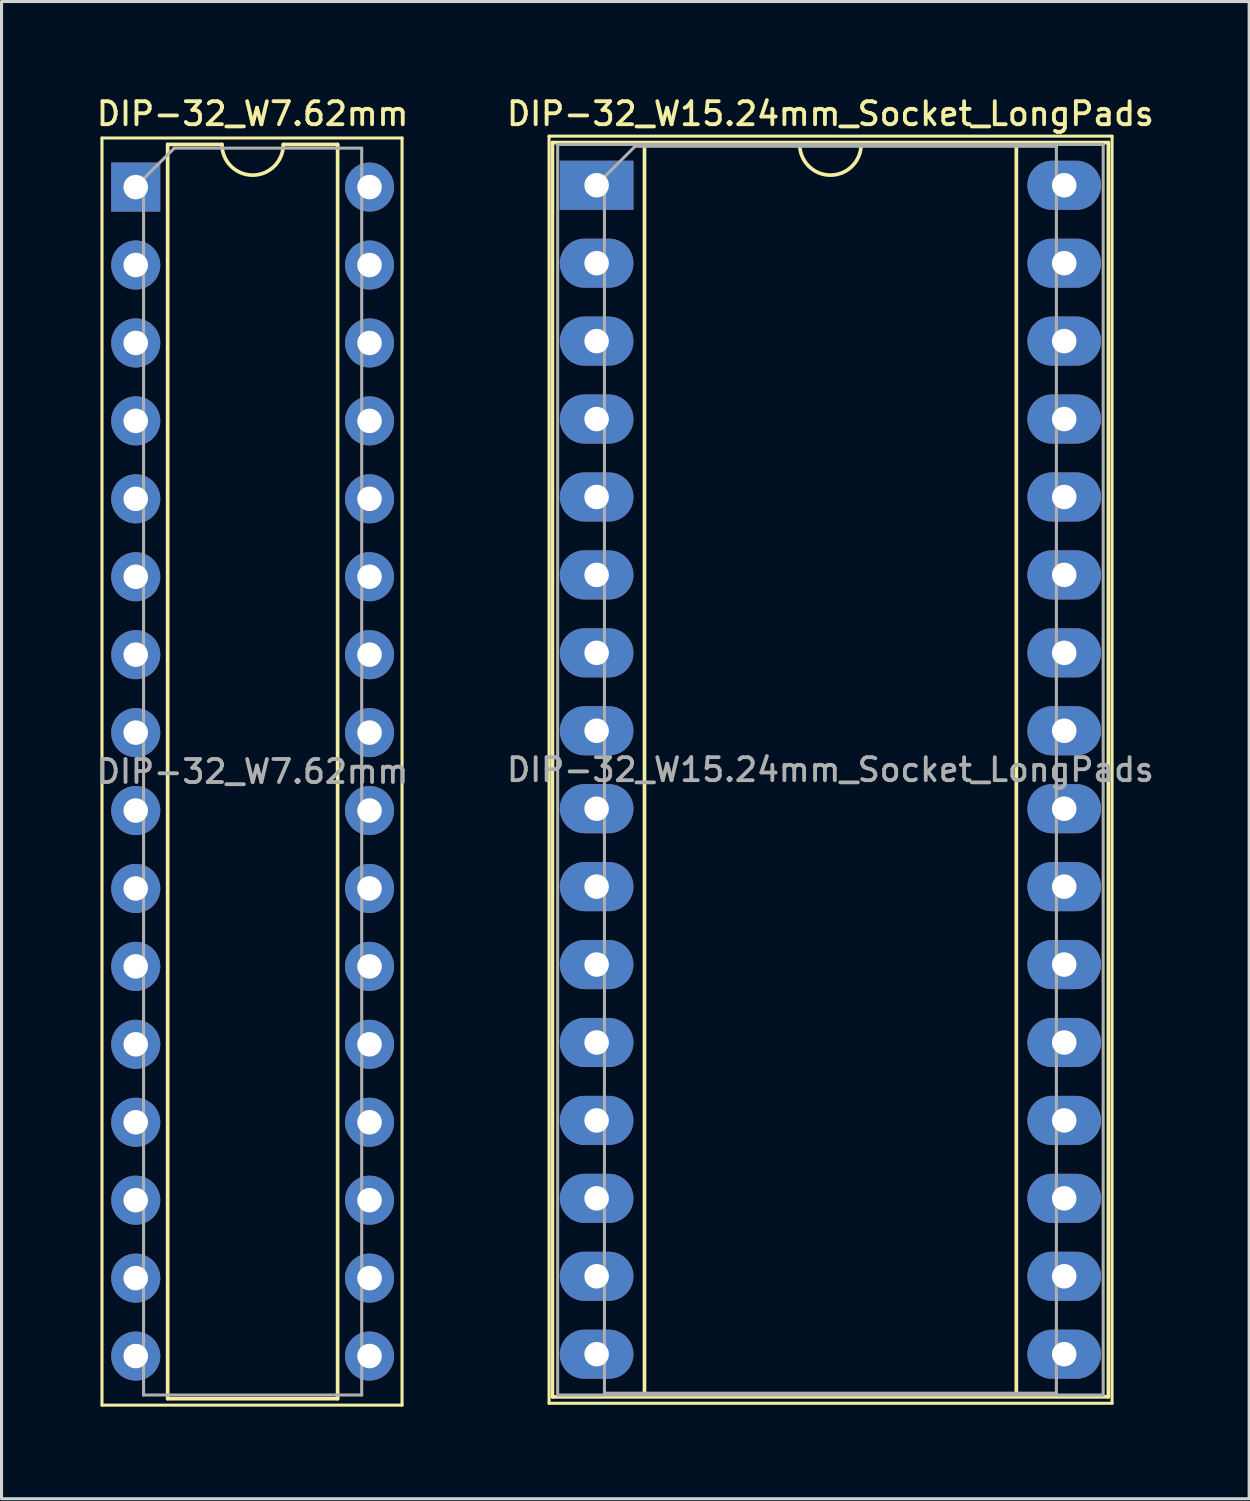
<source format=kicad_pcb>
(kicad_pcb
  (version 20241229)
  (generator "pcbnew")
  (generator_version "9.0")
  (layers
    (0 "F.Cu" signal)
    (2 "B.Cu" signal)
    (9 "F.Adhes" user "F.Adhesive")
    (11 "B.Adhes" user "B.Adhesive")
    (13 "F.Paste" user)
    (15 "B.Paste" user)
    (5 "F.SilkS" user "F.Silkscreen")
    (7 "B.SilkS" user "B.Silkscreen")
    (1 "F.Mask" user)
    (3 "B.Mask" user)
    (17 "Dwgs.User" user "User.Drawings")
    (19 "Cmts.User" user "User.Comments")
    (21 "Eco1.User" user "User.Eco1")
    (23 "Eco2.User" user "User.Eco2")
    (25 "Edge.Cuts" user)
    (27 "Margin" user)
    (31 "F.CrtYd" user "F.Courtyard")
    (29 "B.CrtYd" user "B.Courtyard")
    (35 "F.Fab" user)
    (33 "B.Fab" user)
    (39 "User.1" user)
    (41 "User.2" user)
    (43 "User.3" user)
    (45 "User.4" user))
  (footprint "DIP-32_W15.24mm_Socket_LongPads"
    (layer "F.Cu")
    (at 16.396 2.988)
    (property "Reference" "DIP-32_W15.24mm_Socket_LongPads" (at 7.62 -2.33 0) (layer "F.SilkS") (effects (font (size 0.75 0.75) (thickness 0.125))))
    (attr through_hole)
    (fp_line (start -1.55 -1.6) (end -1.55 39.7) (stroke (width 0.1) (type solid)) (layer "F.SilkS"))
    (fp_line (start -1.55 39.7) (end 16.8 39.7) (stroke (width 0.1) (type solid)) (layer "F.SilkS"))
    (fp_line (start -1.44 -1.39) (end -1.44 39.49) (stroke (width 0.12) (type solid)) (layer "F.SilkS"))
    (fp_line (start -1.44 39.49) (end 16.68 39.49) (stroke (width 0.12) (type solid)) (layer "F.SilkS"))
    (fp_line (start 1.56 -1.33) (end 1.56 39.43) (stroke (width 0.12) (type solid)) (layer "F.SilkS"))
    (fp_line (start 1.56 39.43) (end 13.68 39.43) (stroke (width 0.12) (type solid)) (layer "F.SilkS"))
    (fp_line (start 6.62 -1.33) (end 1.56 -1.33) (stroke (width 0.12) (type solid)) (layer "F.SilkS"))
    (fp_line (start 13.68 -1.33) (end 8.62 -1.33) (stroke (width 0.12) (type solid)) (layer "F.SilkS"))
    (fp_line (start 13.68 39.43) (end 13.68 -1.33) (stroke (width 0.12) (type solid)) (layer "F.SilkS"))
    (fp_line (start 16.68 -1.39) (end -1.44 -1.39) (stroke (width 0.12) (type solid)) (layer "F.SilkS"))
    (fp_line (start 16.68 39.49) (end 16.68 -1.39) (stroke (width 0.12) (type solid)) (layer "F.SilkS"))
    (fp_line (start 16.8 -1.6) (end -1.55 -1.6) (stroke (width 0.1) (type solid)) (layer "F.SilkS"))
    (fp_line (start 16.8 39.7) (end 16.8 -1.6) (stroke (width 0.1) (type solid)) (layer "F.SilkS"))
    (fp_arc (start 8.62 -1.33) (mid 7.62 -0.33) (end 6.62 -1.33) (stroke (width 0.12) (type solid)) (layer "F.SilkS"))
    (fp_line (start -1.27 -1.33) (end -1.27 39.43) (stroke (width 0.1) (type solid)) (layer "F.Fab"))
    (fp_line (start -1.27 39.43) (end 16.51 39.43) (stroke (width 0.1) (type solid)) (layer "F.Fab"))
    (fp_line (start 0.255 -0.27) (end 1.255 -1.27) (stroke (width 0.1) (type solid)) (layer "F.Fab"))
    (fp_line (start 0.255 39.37) (end 0.255 -0.27) (stroke (width 0.1) (type solid)) (layer "F.Fab"))
    (fp_line (start 1.255 -1.27) (end 14.985 -1.27) (stroke (width 0.1) (type solid)) (layer "F.Fab"))
    (fp_line (start 14.985 -1.27) (end 14.985 39.37) (stroke (width 0.1) (type solid)) (layer "F.Fab"))
    (fp_line (start 14.985 39.37) (end 0.255 39.37) (stroke (width 0.1) (type solid)) (layer "F.Fab"))
    (fp_line (start 16.51 -1.33) (end -1.27 -1.33) (stroke (width 0.1) (type solid)) (layer "F.Fab"))
    (fp_line (start 16.51 39.43) (end 16.51 -1.33) (stroke (width 0.1) (type solid)) (layer "F.Fab"))
    (fp_text user "${REFERENCE}" (at 7.62 19.05 0) (layer "F.Fab") (effects (font (size 0.75 0.75) (thickness 0.125))))
    (pad "1" thru_hole rect (at 0 0) (size 2.4 1.6) (drill 0.8) (layers "*.Cu" "*.Mask"))
    (pad "2" thru_hole oval (at 0 2.54) (size 2.4 1.6) (drill 0.8) (layers "*.Cu" "*.Mask"))
    (pad "3" thru_hole oval (at 0 5.08) (size 2.4 1.6) (drill 0.8) (layers "*.Cu" "*.Mask"))
    (pad "4" thru_hole oval (at 0 7.62) (size 2.4 1.6) (drill 0.8) (layers "*.Cu" "*.Mask"))
    (pad "5" thru_hole oval (at 0 10.16) (size 2.4 1.6) (drill 0.8) (layers "*.Cu" "*.Mask"))
    (pad "6" thru_hole oval (at 0 12.7) (size 2.4 1.6) (drill 0.8) (layers "*.Cu" "*.Mask"))
    (pad "7" thru_hole oval (at 0 15.24) (size 2.4 1.6) (drill 0.8) (layers "*.Cu" "*.Mask"))
    (pad "8" thru_hole oval (at 0 17.78) (size 2.4 1.6) (drill 0.8) (layers "*.Cu" "*.Mask"))
    (pad "9" thru_hole oval (at 0 20.32) (size 2.4 1.6) (drill 0.8) (layers "*.Cu" "*.Mask"))
    (pad "10" thru_hole oval (at 0 22.86) (size 2.4 1.6) (drill 0.8) (layers "*.Cu" "*.Mask"))
    (pad "11" thru_hole oval (at 0 25.4) (size 2.4 1.6) (drill 0.8) (layers "*.Cu" "*.Mask"))
    (pad "12" thru_hole oval (at 0 27.94) (size 2.4 1.6) (drill 0.8) (layers "*.Cu" "*.Mask"))
    (pad "13" thru_hole oval (at 0 30.48) (size 2.4 1.6) (drill 0.8) (layers "*.Cu" "*.Mask"))
    (pad "14" thru_hole oval (at 0 33.02) (size 2.4 1.6) (drill 0.8) (layers "*.Cu" "*.Mask"))
    (pad "15" thru_hole oval (at 0 35.56) (size 2.4 1.6) (drill 0.8) (layers "*.Cu" "*.Mask"))
    (pad "16" thru_hole oval (at 0 38.1) (size 2.4 1.6) (drill 0.8) (layers "*.Cu" "*.Mask"))
    (pad "17" thru_hole oval (at 15.24 38.1) (size 2.4 1.6) (drill 0.8) (layers "*.Cu" "*.Mask"))
    (pad "18" thru_hole oval (at 15.24 35.56) (size 2.4 1.6) (drill 0.8) (layers "*.Cu" "*.Mask"))
    (pad "19" thru_hole oval (at 15.24 33.02) (size 2.4 1.6) (drill 0.8) (layers "*.Cu" "*.Mask"))
    (pad "20" thru_hole oval (at 15.24 30.48) (size 2.4 1.6) (drill 0.8) (layers "*.Cu" "*.Mask"))
    (pad "21" thru_hole oval (at 15.24 27.94) (size 2.4 1.6) (drill 0.8) (layers "*.Cu" "*.Mask"))
    (pad "22" thru_hole oval (at 15.24 25.4) (size 2.4 1.6) (drill 0.8) (layers "*.Cu" "*.Mask"))
    (pad "23" thru_hole oval (at 15.24 22.86) (size 2.4 1.6) (drill 0.8) (layers "*.Cu" "*.Mask"))
    (pad "24" thru_hole oval (at 15.24 20.32) (size 2.4 1.6) (drill 0.8) (layers "*.Cu" "*.Mask"))
    (pad "25" thru_hole oval (at 15.24 17.78) (size 2.4 1.6) (drill 0.8) (layers "*.Cu" "*.Mask"))
    (pad "26" thru_hole oval (at 15.24 15.24) (size 2.4 1.6) (drill 0.8) (layers "*.Cu" "*.Mask"))
    (pad "27" thru_hole oval (at 15.24 12.7) (size 2.4 1.6) (drill 0.8) (layers "*.Cu" "*.Mask"))
    (pad "28" thru_hole oval (at 15.24 10.16) (size 2.4 1.6) (drill 0.8) (layers "*.Cu" "*.Mask"))
    (pad "29" thru_hole oval (at 15.24 7.62) (size 2.4 1.6) (drill 0.8) (layers "*.Cu" "*.Mask"))
    (pad "30" thru_hole oval (at 15.24 5.08) (size 2.4 1.6) (drill 0.8) (layers "*.Cu" "*.Mask"))
    (pad "31" thru_hole oval (at 15.24 2.54) (size 2.4 1.6) (drill 0.8) (layers "*.Cu" "*.Mask"))
    (pad "32" thru_hole oval (at 15.24 0) (size 2.4 1.6) (drill 0.8) (layers "*.Cu" "*.Mask")))
  (footprint "DIP-32_W7.62mm"
    (layer "F.Cu")
    (at 1.374 3.048)
    (property "Reference" "DIP-32_W7.62mm" (at 3.81 -2.39 0) (layer "F.SilkS") (effects (font (size 0.75 0.75) (thickness 0.125))))
    (attr through_hole)
    (fp_line (start -1.1 -1.6) (end -1.1 39.7) (stroke (width 0.1) (type solid)) (layer "F.SilkS"))
    (fp_line (start -1.1 39.7) (end 8.68 39.7) (stroke (width 0.1) (type solid)) (layer "F.SilkS"))
    (fp_line (start 1.04 -1.39) (end 1.04 39.49) (stroke (width 0.12) (type solid)) (layer "F.SilkS"))
    (fp_line (start 1.04 39.49) (end 6.58 39.49) (stroke (width 0.12) (type solid)) (layer "F.SilkS"))
    (fp_line (start 2.81 -1.39) (end 1.04 -1.39) (stroke (width 0.12) (type solid)) (layer "F.SilkS"))
    (fp_line (start 6.58 -1.39) (end 4.81 -1.39) (stroke (width 0.12) (type solid)) (layer "F.SilkS"))
    (fp_line (start 6.58 39.49) (end 6.58 -1.39) (stroke (width 0.12) (type solid)) (layer "F.SilkS"))
    (fp_line (start 8.68 -1.6) (end -1.1 -1.6) (stroke (width 0.1) (type solid)) (layer "F.SilkS"))
    (fp_line (start 8.68 39.7) (end 8.68 -1.6) (stroke (width 0.1) (type solid)) (layer "F.SilkS"))
    (fp_arc (start 4.81 -1.39) (mid 3.81 -0.39) (end 2.81 -1.39) (stroke (width 0.12) (type solid)) (layer "F.SilkS"))
    (fp_line (start 0.255 -0.27) (end 1.255 -1.27) (stroke (width 0.1) (type solid)) (layer "F.Fab"))
    (fp_line (start 0.255 39.37) (end 0.255 -0.27) (stroke (width 0.1) (type solid)) (layer "F.Fab"))
    (fp_line (start 1.255 -1.27) (end 7.365 -1.27) (stroke (width 0.1) (type solid)) (layer "F.Fab"))
    (fp_line (start 7.365 -1.27) (end 7.365 39.37) (stroke (width 0.1) (type solid)) (layer "F.Fab"))
    (fp_line (start 7.365 39.37) (end 0.255 39.37) (stroke (width 0.1) (type solid)) (layer "F.Fab"))
    (fp_text user "${REFERENCE}" (at 3.81 19.05 0) (layer "F.Fab") (effects (font (size 0.75 0.75) (thickness 0.125))))
    (pad "1" thru_hole rect (at 0 0) (size 1.6 1.6) (drill 0.8) (layers "*.Cu" "*.Mask"))
    (pad "2" thru_hole oval (at 0 2.54) (size 1.6 1.6) (drill 0.8) (layers "*.Cu" "*.Mask"))
    (pad "3" thru_hole oval (at 0 5.08) (size 1.6 1.6) (drill 0.8) (layers "*.Cu" "*.Mask"))
    (pad "4" thru_hole oval (at 0 7.62) (size 1.6 1.6) (drill 0.8) (layers "*.Cu" "*.Mask"))
    (pad "5" thru_hole oval (at 0 10.16) (size 1.6 1.6) (drill 0.8) (layers "*.Cu" "*.Mask"))
    (pad "6" thru_hole oval (at 0 12.7) (size 1.6 1.6) (drill 0.8) (layers "*.Cu" "*.Mask"))
    (pad "7" thru_hole oval (at 0 15.24) (size 1.6 1.6) (drill 0.8) (layers "*.Cu" "*.Mask"))
    (pad "8" thru_hole oval (at 0 17.78) (size 1.6 1.6) (drill 0.8) (layers "*.Cu" "*.Mask"))
    (pad "9" thru_hole oval (at 0 20.32) (size 1.6 1.6) (drill 0.8) (layers "*.Cu" "*.Mask"))
    (pad "10" thru_hole oval (at 0 22.86) (size 1.6 1.6) (drill 0.8) (layers "*.Cu" "*.Mask"))
    (pad "11" thru_hole oval (at 0 25.4) (size 1.6 1.6) (drill 0.8) (layers "*.Cu" "*.Mask"))
    (pad "12" thru_hole oval (at 0 27.94) (size 1.6 1.6) (drill 0.8) (layers "*.Cu" "*.Mask"))
    (pad "13" thru_hole oval (at 0 30.48) (size 1.6 1.6) (drill 0.8) (layers "*.Cu" "*.Mask"))
    (pad "14" thru_hole oval (at 0 33.02) (size 1.6 1.6) (drill 0.8) (layers "*.Cu" "*.Mask"))
    (pad "15" thru_hole oval (at 0 35.56) (size 1.6 1.6) (drill 0.8) (layers "*.Cu" "*.Mask"))
    (pad "16" thru_hole oval (at 0 38.1) (size 1.6 1.6) (drill 0.8) (layers "*.Cu" "*.Mask"))
    (pad "17" thru_hole oval (at 7.62 38.1) (size 1.6 1.6) (drill 0.8) (layers "*.Cu" "*.Mask"))
    (pad "18" thru_hole oval (at 7.62 35.56) (size 1.6 1.6) (drill 0.8) (layers "*.Cu" "*.Mask"))
    (pad "19" thru_hole oval (at 7.62 33.02) (size 1.6 1.6) (drill 0.8) (layers "*.Cu" "*.Mask"))
    (pad "20" thru_hole oval (at 7.62 30.48) (size 1.6 1.6) (drill 0.8) (layers "*.Cu" "*.Mask"))
    (pad "21" thru_hole oval (at 7.62 27.94) (size 1.6 1.6) (drill 0.8) (layers "*.Cu" "*.Mask"))
    (pad "22" thru_hole oval (at 7.62 25.4) (size 1.6 1.6) (drill 0.8) (layers "*.Cu" "*.Mask"))
    (pad "23" thru_hole oval (at 7.62 22.86) (size 1.6 1.6) (drill 0.8) (layers "*.Cu" "*.Mask"))
    (pad "24" thru_hole oval (at 7.62 20.32) (size 1.6 1.6) (drill 0.8) (layers "*.Cu" "*.Mask"))
    (pad "25" thru_hole oval (at 7.62 17.78) (size 1.6 1.6) (drill 0.8) (layers "*.Cu" "*.Mask"))
    (pad "26" thru_hole oval (at 7.62 15.24) (size 1.6 1.6) (drill 0.8) (layers "*.Cu" "*.Mask"))
    (pad "27" thru_hole oval (at 7.62 12.7) (size 1.6 1.6) (drill 0.8) (layers "*.Cu" "*.Mask"))
    (pad "28" thru_hole oval (at 7.62 10.16) (size 1.6 1.6) (drill 0.8) (layers "*.Cu" "*.Mask"))
    (pad "29" thru_hole oval (at 7.62 7.62) (size 1.6 1.6) (drill 0.8) (layers "*.Cu" "*.Mask"))
    (pad "30" thru_hole oval (at 7.62 5.08) (size 1.6 1.6) (drill 0.8) (layers "*.Cu" "*.Mask"))
    (pad "31" thru_hole oval (at 7.62 2.54) (size 1.6 1.6) (drill 0.8) (layers "*.Cu" "*.Mask"))
    (pad "32" thru_hole oval (at 7.62 0) (size 1.6 1.6) (drill 0.8) (layers "*.Cu" "*.Mask")))
  (gr_rect
    (start -3 -3)
    (end 37.664 45.798)
    (stroke (width 0.1) (type default))
    (fill no)
    (layer "Edge.Cuts")))
</source>
